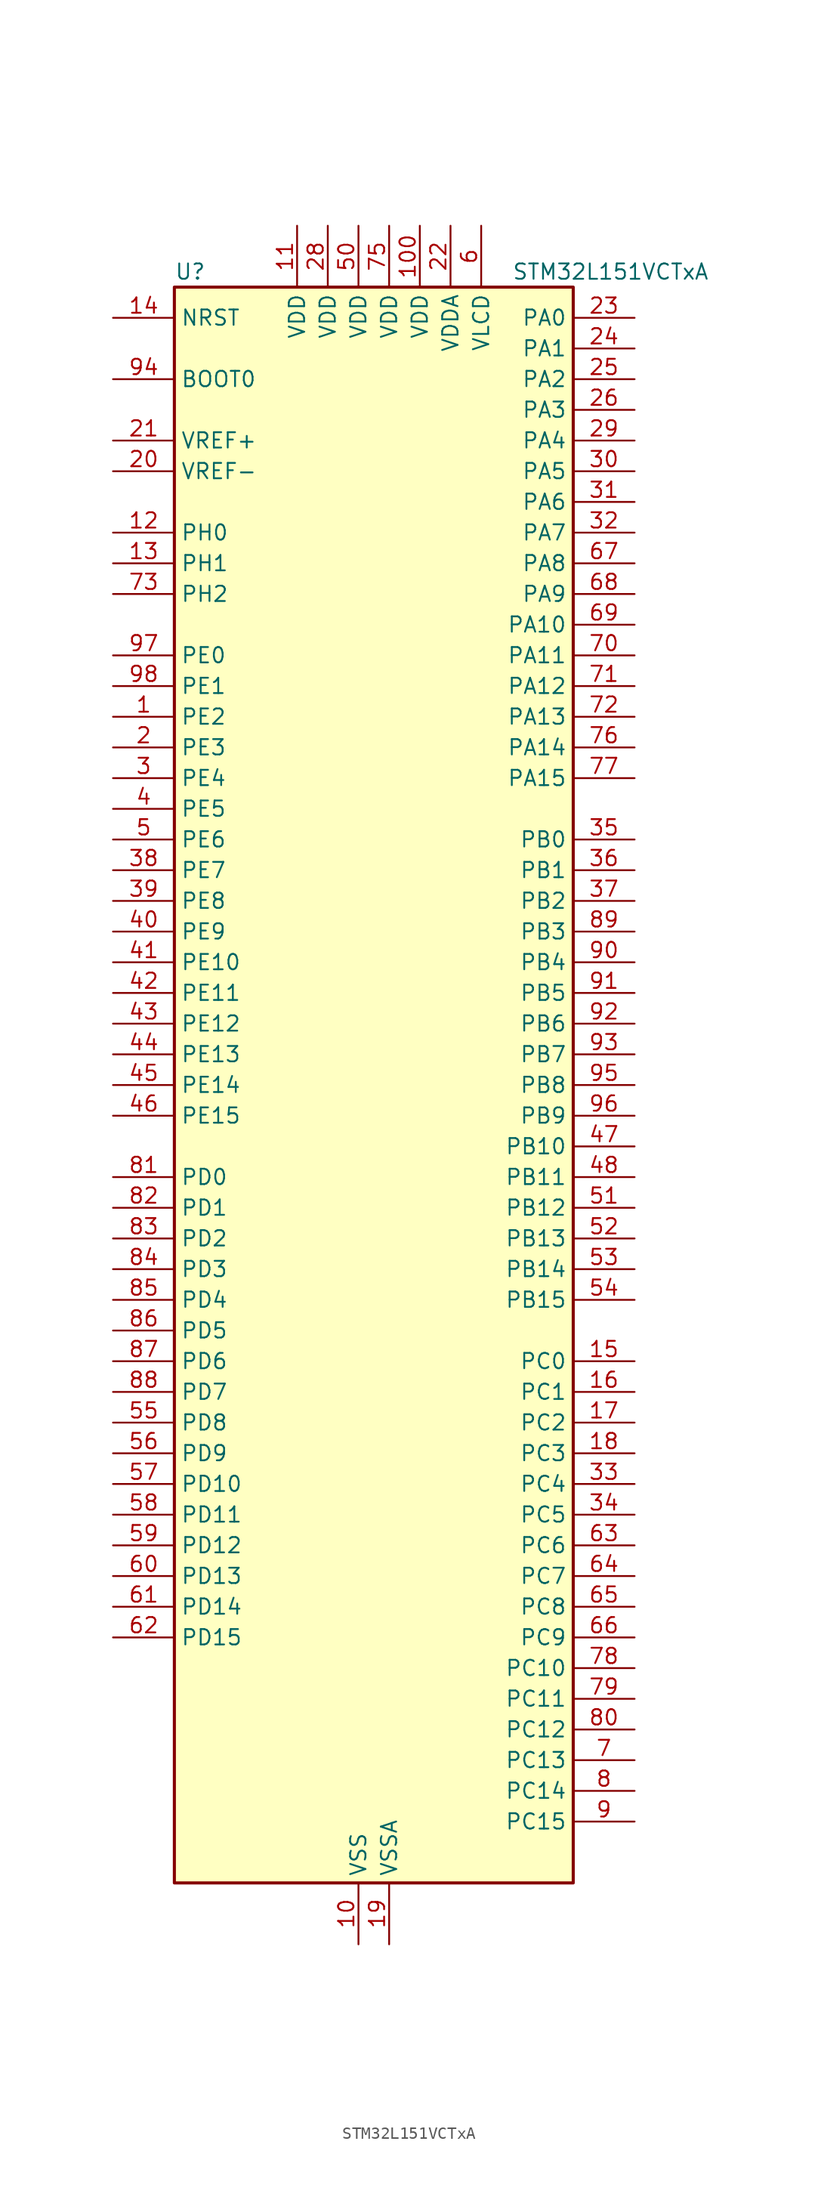
<source format=kicad_sym>
(kicad_symbol_lib
  (version 20231120)
  (generator "kicad-library-utils")
  (generator_version "8.0")
  (symbol "STM32L151VCTxA"
    (property "Reference" "U"
      (at -15.24 67.31 0)
      (effects (font (size 1.27 1.27)) (justify left)))
    (property "Value" "STM32L151VCTxA"
      (at 12.7 67.31 0)
      (effects (font (size 1.27 1.27)) (justify left)))
    (symbol "STM32L151VCTxA_0_1"
      (rectangle (start -15.24 -66.04) (end 17.78 66.04) (stroke (width 0.254) (type default)) (fill (type background))))
    (symbol "STM32L151VCTxA_1_1"
      (pin bidirectional line (at -20.32 30.48 0) (length 5.08) (name "PE2" (effects (font (size 1.27 1.27)))) (number "1" (effects (font (size 1.27 1.27)))) (alternate "SYS_TRACECK" bidirectional line) (alternate "TIM3_ETR" bidirectional line) (alternate "TIMX_IC3" bidirectional line))
      (pin power_in line (at 0 -71.12 90) (length 5.08) (name "VSS" (effects (font (size 1.27 1.27)))) (number "10" (effects (font (size 1.27 1.27)))))
      (pin power_in line (at 5.08 71.12 270) (length 5.08) (name "VDD" (effects (font (size 1.27 1.27)))) (number "100" (effects (font (size 1.27 1.27)))))
      (pin power_in line (at -5.08 71.12 270) (length 5.08) (name "VDD" (effects (font (size 1.27 1.27)))) (number "11" (effects (font (size 1.27 1.27)))))
      (pin bidirectional line (at -20.32 45.72 0) (length 5.08) (name "PH0" (effects (font (size 1.27 1.27)))) (number "12" (effects (font (size 1.27 1.27)))) (alternate "RCC_OSC_IN" bidirectional line))
      (pin bidirectional line (at -20.32 43.18 0) (length 5.08) (name "PH1" (effects (font (size 1.27 1.27)))) (number "13" (effects (font (size 1.27 1.27)))) (alternate "RCC_OSC_OUT" bidirectional line))
      (pin input line (at -20.32 63.5 0) (length 5.08) (name "NRST" (effects (font (size 1.27 1.27)))) (number "14" (effects (font (size 1.27 1.27)))))
      (pin bidirectional line (at 22.86 -22.86 180) (length 5.08) (name "PC0" (effects (font (size 1.27 1.27)))) (number "15" (effects (font (size 1.27 1.27)))) (alternate "ADC_IN10" bidirectional line) (alternate "COMP1_INP" bidirectional line) (alternate "TIMX_IC1" bidirectional line) (alternate "TS_G8_IO1" bidirectional line))
      (pin bidirectional line (at 22.86 -25.4 180) (length 5.08) (name "PC1" (effects (font (size 1.27 1.27)))) (number "16" (effects (font (size 1.27 1.27)))) (alternate "ADC_IN11" bidirectional line) (alternate "COMP1_INP" bidirectional line) (alternate "TIMX_IC2" bidirectional line) (alternate "TS_G8_IO2" bidirectional line))
      (pin bidirectional line (at 22.86 -27.94 180) (length 5.08) (name "PC2" (effects (font (size 1.27 1.27)))) (number "17" (effects (font (size 1.27 1.27)))) (alternate "ADC_IN12" bidirectional line) (alternate "COMP1_INP" bidirectional line) (alternate "TIMX_IC3" bidirectional line) (alternate "TS_G8_IO3" bidirectional line))
      (pin bidirectional line (at 22.86 -30.48 180) (length 5.08) (name "PC3" (effects (font (size 1.27 1.27)))) (number "18" (effects (font (size 1.27 1.27)))) (alternate "ADC_IN13" bidirectional line) (alternate "COMP1_INP" bidirectional line) (alternate "TIMX_IC4" bidirectional line) (alternate "TS_G8_IO4" bidirectional line))
      (pin power_in line (at 2.54 -71.12 90) (length 5.08) (name "VSSA" (effects (font (size 1.27 1.27)))) (number "19" (effects (font (size 1.27 1.27)))))
      (pin bidirectional line (at -20.32 27.94 0) (length 5.08) (name "PE3" (effects (font (size 1.27 1.27)))) (number "2" (effects (font (size 1.27 1.27)))) (alternate "SYS_TRACED0" bidirectional line) (alternate "TIM3_CH1" bidirectional line) (alternate "TIMX_IC4" bidirectional line))
      (pin input line (at -20.32 50.8 0) (length 5.08) (name "VREF-" (effects (font (size 1.27 1.27)))) (number "20" (effects (font (size 1.27 1.27)))))
      (pin input line (at -20.32 53.34 0) (length 5.08) (name "VREF+" (effects (font (size 1.27 1.27)))) (number "21" (effects (font (size 1.27 1.27)))))
      (pin power_in line (at 7.62 71.12 270) (length 5.08) (name "VDDA" (effects (font (size 1.27 1.27)))) (number "22" (effects (font (size 1.27 1.27)))))
      (pin bidirectional line (at 22.86 63.5 180) (length 5.08) (name "PA0" (effects (font (size 1.27 1.27)))) (number "23" (effects (font (size 1.27 1.27)))) (alternate "ADC_IN0" bidirectional line) (alternate "COMP1_INP" bidirectional line) (alternate "RTC_TAMP2" bidirectional line) (alternate "SYS_WKUP1" bidirectional line) (alternate "TIM2_CH1" bidirectional line) (alternate "TIM2_ETR" bidirectional line) (alternate "TIM5_CH1" bidirectional line) (alternate "TIMX_IC1" bidirectional line) (alternate "TS_G1_IO1" bidirectional line) (alternate "USART2_CTS" bidirectional line))
      (pin bidirectional line (at 22.86 60.96 180) (length 5.08) (name "PA1" (effects (font (size 1.27 1.27)))) (number "24" (effects (font (size 1.27 1.27)))) (alternate "ADC_IN1" bidirectional line) (alternate "COMP1_INP" bidirectional line) (alternate "OPAMP1_VINP" bidirectional line) (alternate "TIM2_CH2" bidirectional line) (alternate "TIM5_CH2" bidirectional line) (alternate "TIMX_IC2" bidirectional line) (alternate "TS_G1_IO2" bidirectional line) (alternate "USART2_RTS" bidirectional line))
      (pin bidirectional line (at 22.86 58.42 180) (length 5.08) (name "PA2" (effects (font (size 1.27 1.27)))) (number "25" (effects (font (size 1.27 1.27)))) (alternate "ADC_IN2" bidirectional line) (alternate "COMP1_INP" bidirectional line) (alternate "OPAMP1_VINM" bidirectional line) (alternate "TIM2_CH3" bidirectional line) (alternate "TIM5_CH3" bidirectional line) (alternate "TIM9_CH1" bidirectional line) (alternate "TIMX_IC3" bidirectional line) (alternate "TS_G1_IO3" bidirectional line) (alternate "USART2_TX" bidirectional line))
      (pin bidirectional line (at 22.86 55.88 180) (length 5.08) (name "PA3" (effects (font (size 1.27 1.27)))) (number "26" (effects (font (size 1.27 1.27)))) (alternate "ADC_IN3" bidirectional line) (alternate "COMP1_INP" bidirectional line) (alternate "OPAMP1_VOUT" bidirectional line) (alternate "TIM2_CH4" bidirectional line) (alternate "TIM5_CH4" bidirectional line) (alternate "TIM9_CH2" bidirectional line) (alternate "TIMX_IC4" bidirectional line) (alternate "TS_G1_IO4" bidirectional line) (alternate "USART2_RX" bidirectional line))
      (pin passive line (at 0 -71.12 90) (length 5.08) hide (name "VSS" (effects (font (size 1.27 1.27)))) (number "27" (effects (font (size 1.27 1.27)))))
      (pin power_in line (at -2.54 71.12 270) (length 5.08) (name "VDD" (effects (font (size 1.27 1.27)))) (number "28" (effects (font (size 1.27 1.27)))))
      (pin bidirectional line (at 22.86 53.34 180) (length 5.08) (name "PA4" (effects (font (size 1.27 1.27)))) (number "29" (effects (font (size 1.27 1.27)))) (alternate "ADC_IN4" bidirectional line) (alternate "COMP1_INP" bidirectional line) (alternate "DAC_OUT1" bidirectional line) (alternate "I2S3_WS" bidirectional line) (alternate "SPI1_NSS" bidirectional line) (alternate "SPI3_NSS" bidirectional line) (alternate "TIMX_IC1" bidirectional line) (alternate "USART2_CK" bidirectional line))
      (pin bidirectional line (at -20.32 25.4 0) (length 5.08) (name "PE4" (effects (font (size 1.27 1.27)))) (number "3" (effects (font (size 1.27 1.27)))) (alternate "SYS_TRACED1" bidirectional line) (alternate "TIM3_CH2" bidirectional line) (alternate "TIMX_IC1" bidirectional line))
      (pin bidirectional line (at 22.86 50.8 180) (length 5.08) (name "PA5" (effects (font (size 1.27 1.27)))) (number "30" (effects (font (size 1.27 1.27)))) (alternate "ADC_IN5" bidirectional line) (alternate "COMP1_INP" bidirectional line) (alternate "DAC_OUT2" bidirectional line) (alternate "SPI1_SCK" bidirectional line) (alternate "TIM2_CH1" bidirectional line) (alternate "TIM2_ETR" bidirectional line) (alternate "TIMX_IC2" bidirectional line))
      (pin bidirectional line (at 22.86 48.26 180) (length 5.08) (name "PA6" (effects (font (size 1.27 1.27)))) (number "31" (effects (font (size 1.27 1.27)))) (alternate "ADC_IN6" bidirectional line) (alternate "COMP1_INP" bidirectional line) (alternate "OPAMP2_VINP" bidirectional line) (alternate "SPI1_MISO" bidirectional line) (alternate "TIM10_CH1" bidirectional line) (alternate "TIM3_CH1" bidirectional line) (alternate "TIMX_IC3" bidirectional line) (alternate "TS_G2_IO1" bidirectional line))
      (pin bidirectional line (at 22.86 45.72 180) (length 5.08) (name "PA7" (effects (font (size 1.27 1.27)))) (number "32" (effects (font (size 1.27 1.27)))) (alternate "ADC_IN7" bidirectional line) (alternate "COMP1_INP" bidirectional line) (alternate "OPAMP2_VINM" bidirectional line) (alternate "SPI1_MOSI" bidirectional line) (alternate "TIM11_CH1" bidirectional line) (alternate "TIM3_CH2" bidirectional line) (alternate "TIMX_IC4" bidirectional line) (alternate "TS_G2_IO2" bidirectional line))
      (pin bidirectional line (at 22.86 -33.02 180) (length 5.08) (name "PC4" (effects (font (size 1.27 1.27)))) (number "33" (effects (font (size 1.27 1.27)))) (alternate "ADC_IN14" bidirectional line) (alternate "COMP1_INP" bidirectional line) (alternate "TIMX_IC1" bidirectional line) (alternate "TS_G9_IO1" bidirectional line))
      (pin bidirectional line (at 22.86 -35.56 180) (length 5.08) (name "PC5" (effects (font (size 1.27 1.27)))) (number "34" (effects (font (size 1.27 1.27)))) (alternate "ADC_IN15" bidirectional line) (alternate "COMP1_INP" bidirectional line) (alternate "TIMX_IC2" bidirectional line) (alternate "TS_G9_IO2" bidirectional line))
      (pin bidirectional line (at 22.86 20.32 180) (length 5.08) (name "PB0" (effects (font (size 1.27 1.27)))) (number "35" (effects (font (size 1.27 1.27)))) (alternate "ADC_IN8" bidirectional line) (alternate "COMP1_INP" bidirectional line) (alternate "OPAMP2_VOUT" bidirectional line) (alternate "SYS_V_REF_OUT" bidirectional line) (alternate "TIM3_CH3" bidirectional line) (alternate "TS_G3_IO1" bidirectional line))
      (pin bidirectional line (at 22.86 17.78 180) (length 5.08) (name "PB1" (effects (font (size 1.27 1.27)))) (number "36" (effects (font (size 1.27 1.27)))) (alternate "ADC_IN9" bidirectional line) (alternate "COMP1_INP" bidirectional line) (alternate "SYS_V_REF_OUT" bidirectional line) (alternate "TIM3_CH4" bidirectional line) (alternate "TS_G3_IO2" bidirectional line))
      (pin bidirectional line (at 22.86 15.24 180) (length 5.08) (name "PB2" (effects (font (size 1.27 1.27)))) (number "37" (effects (font (size 1.27 1.27)))) (alternate "TS_G3_IO3" bidirectional line))
      (pin bidirectional line (at -20.32 17.78 0) (length 5.08) (name "PE7" (effects (font (size 1.27 1.27)))) (number "38" (effects (font (size 1.27 1.27)))) (alternate "ADC_IN22" bidirectional line) (alternate "COMP1_INP" bidirectional line) (alternate "TIMX_IC4" bidirectional line))
      (pin bidirectional line (at -20.32 15.24 0) (length 5.08) (name "PE8" (effects (font (size 1.27 1.27)))) (number "39" (effects (font (size 1.27 1.27)))) (alternate "ADC_IN23" bidirectional line) (alternate "COMP1_INP" bidirectional line) (alternate "TIMX_IC1" bidirectional line))
      (pin bidirectional line (at -20.32 22.86 0) (length 5.08) (name "PE5" (effects (font (size 1.27 1.27)))) (number "4" (effects (font (size 1.27 1.27)))) (alternate "SYS_TRACED2" bidirectional line) (alternate "TIM9_CH1" bidirectional line) (alternate "TIMX_IC2" bidirectional line))
      (pin bidirectional line (at -20.32 12.7 0) (length 5.08) (name "PE9" (effects (font (size 1.27 1.27)))) (number "40" (effects (font (size 1.27 1.27)))) (alternate "ADC_IN24" bidirectional line) (alternate "COMP1_INP" bidirectional line) (alternate "DAC_EXTI9" bidirectional line) (alternate "TIM2_CH1" bidirectional line) (alternate "TIM2_ETR" bidirectional line) (alternate "TIMX_IC2" bidirectional line))
      (pin bidirectional line (at -20.32 10.16 0) (length 5.08) (name "PE10" (effects (font (size 1.27 1.27)))) (number "41" (effects (font (size 1.27 1.27)))) (alternate "ADC_IN25" bidirectional line) (alternate "COMP1_INP" bidirectional line) (alternate "TIM2_CH2" bidirectional line) (alternate "TIMX_IC3" bidirectional line))
      (pin bidirectional line (at -20.32 7.62 0) (length 5.08) (name "PE11" (effects (font (size 1.27 1.27)))) (number "42" (effects (font (size 1.27 1.27)))) (alternate "ADC_EXTI11" bidirectional line) (alternate "TIM2_CH3" bidirectional line) (alternate "TIMX_IC4" bidirectional line))
      (pin bidirectional line (at -20.32 5.08 0) (length 5.08) (name "PE12" (effects (font (size 1.27 1.27)))) (number "43" (effects (font (size 1.27 1.27)))) (alternate "SPI1_NSS" bidirectional line) (alternate "TIM2_CH4" bidirectional line) (alternate "TIMX_IC1" bidirectional line))
      (pin bidirectional line (at -20.32 2.54 0) (length 5.08) (name "PE13" (effects (font (size 1.27 1.27)))) (number "44" (effects (font (size 1.27 1.27)))) (alternate "SPI1_SCK" bidirectional line) (alternate "TIMX_IC2" bidirectional line))
      (pin bidirectional line (at -20.32 0 0) (length 5.08) (name "PE14" (effects (font (size 1.27 1.27)))) (number "45" (effects (font (size 1.27 1.27)))) (alternate "SPI1_MISO" bidirectional line) (alternate "TIMX_IC3" bidirectional line))
      (pin bidirectional line (at -20.32 -2.54 0) (length 5.08) (name "PE15" (effects (font (size 1.27 1.27)))) (number "46" (effects (font (size 1.27 1.27)))) (alternate "ADC_EXTI15" bidirectional line) (alternate "SPI1_MOSI" bidirectional line) (alternate "TIMX_IC4" bidirectional line))
      (pin bidirectional line (at 22.86 -5.08 180) (length 5.08) (name "PB10" (effects (font (size 1.27 1.27)))) (number "47" (effects (font (size 1.27 1.27)))) (alternate "I2C2_SCL" bidirectional line) (alternate "TIM2_CH3" bidirectional line) (alternate "USART3_TX" bidirectional line))
      (pin bidirectional line (at 22.86 -7.62 180) (length 5.08) (name "PB11" (effects (font (size 1.27 1.27)))) (number "48" (effects (font (size 1.27 1.27)))) (alternate "ADC_EXTI11" bidirectional line) (alternate "I2C2_SDA" bidirectional line) (alternate "TIM2_CH4" bidirectional line) (alternate "USART3_RX" bidirectional line))
      (pin passive line (at 0 -71.12 90) (length 5.08) hide (name "VSS" (effects (font (size 1.27 1.27)))) (number "49" (effects (font (size 1.27 1.27)))))
      (pin bidirectional line (at -20.32 20.32 0) (length 5.08) (name "PE6" (effects (font (size 1.27 1.27)))) (number "5" (effects (font (size 1.27 1.27)))) (alternate "RTC_TAMP3" bidirectional line) (alternate "SYS_TRACED3" bidirectional line) (alternate "SYS_WKUP3" bidirectional line) (alternate "TIM9_CH2" bidirectional line) (alternate "TIMX_IC3" bidirectional line))
      (pin power_in line (at 0 71.12 270) (length 5.08) (name "VDD" (effects (font (size 1.27 1.27)))) (number "50" (effects (font (size 1.27 1.27)))))
      (pin bidirectional line (at 22.86 -10.16 180) (length 5.08) (name "PB12" (effects (font (size 1.27 1.27)))) (number "51" (effects (font (size 1.27 1.27)))) (alternate "ADC_IN18" bidirectional line) (alternate "COMP1_INP" bidirectional line) (alternate "I2C2_SMBA" bidirectional line) (alternate "I2S2_WS" bidirectional line) (alternate "SPI2_NSS" bidirectional line) (alternate "TIM10_CH1" bidirectional line) (alternate "TS_G7_IO1" bidirectional line) (alternate "USART3_CK" bidirectional line))
      (pin bidirectional line (at 22.86 -12.7 180) (length 5.08) (name "PB13" (effects (font (size 1.27 1.27)))) (number "52" (effects (font (size 1.27 1.27)))) (alternate "ADC_IN19" bidirectional line) (alternate "COMP1_INP" bidirectional line) (alternate "I2S2_CK" bidirectional line) (alternate "SPI2_SCK" bidirectional line) (alternate "TIM9_CH1" bidirectional line) (alternate "TS_G7_IO2" bidirectional line) (alternate "USART3_CTS" bidirectional line))
      (pin bidirectional line (at 22.86 -15.24 180) (length 5.08) (name "PB14" (effects (font (size 1.27 1.27)))) (number "53" (effects (font (size 1.27 1.27)))) (alternate "ADC_IN20" bidirectional line) (alternate "COMP1_INP" bidirectional line) (alternate "SPI2_MISO" bidirectional line) (alternate "TIM9_CH2" bidirectional line) (alternate "TS_G7_IO3" bidirectional line) (alternate "USART3_RTS" bidirectional line))
      (pin bidirectional line (at 22.86 -17.78 180) (length 5.08) (name "PB15" (effects (font (size 1.27 1.27)))) (number "54" (effects (font (size 1.27 1.27)))) (alternate "ADC_EXTI15" bidirectional line) (alternate "ADC_IN21" bidirectional line) (alternate "COMP1_INP" bidirectional line) (alternate "I2S2_SD" bidirectional line) (alternate "RTC_REFIN" bidirectional line) (alternate "SPI2_MOSI" bidirectional line) (alternate "TIM11_CH1" bidirectional line) (alternate "TS_G7_IO4" bidirectional line))
      (pin bidirectional line (at -20.32 -27.94 0) (length 5.08) (name "PD8" (effects (font (size 1.27 1.27)))) (number "55" (effects (font (size 1.27 1.27)))) (alternate "TIMX_IC1" bidirectional line) (alternate "USART3_TX" bidirectional line))
      (pin bidirectional line (at -20.32 -30.48 0) (length 5.08) (name "PD9" (effects (font (size 1.27 1.27)))) (number "56" (effects (font (size 1.27 1.27)))) (alternate "DAC_EXTI9" bidirectional line) (alternate "TIMX_IC2" bidirectional line) (alternate "USART3_RX" bidirectional line))
      (pin bidirectional line (at -20.32 -33.02 0) (length 5.08) (name "PD10" (effects (font (size 1.27 1.27)))) (number "57" (effects (font (size 1.27 1.27)))) (alternate "TIMX_IC3" bidirectional line) (alternate "USART3_CK" bidirectional line))
      (pin bidirectional line (at -20.32 -35.56 0) (length 5.08) (name "PD11" (effects (font (size 1.27 1.27)))) (number "58" (effects (font (size 1.27 1.27)))) (alternate "ADC_EXTI11" bidirectional line) (alternate "TIMX_IC4" bidirectional line) (alternate "USART3_CTS" bidirectional line))
      (pin bidirectional line (at -20.32 -38.1 0) (length 5.08) (name "PD12" (effects (font (size 1.27 1.27)))) (number "59" (effects (font (size 1.27 1.27)))) (alternate "TIM4_CH1" bidirectional line) (alternate "TIMX_IC1" bidirectional line) (alternate "USART3_RTS" bidirectional line))
      (pin power_in line (at 10.16 71.12 270) (length 5.08) (name "VLCD" (effects (font (size 1.27 1.27)))) (number "6" (effects (font (size 1.27 1.27)))))
      (pin bidirectional line (at -20.32 -40.64 0) (length 5.08) (name "PD13" (effects (font (size 1.27 1.27)))) (number "60" (effects (font (size 1.27 1.27)))) (alternate "TIM4_CH2" bidirectional line) (alternate "TIMX_IC2" bidirectional line))
      (pin bidirectional line (at -20.32 -43.18 0) (length 5.08) (name "PD14" (effects (font (size 1.27 1.27)))) (number "61" (effects (font (size 1.27 1.27)))) (alternate "TIM4_CH3" bidirectional line) (alternate "TIMX_IC3" bidirectional line))
      (pin bidirectional line (at -20.32 -45.72 0) (length 5.08) (name "PD15" (effects (font (size 1.27 1.27)))) (number "62" (effects (font (size 1.27 1.27)))) (alternate "ADC_EXTI15" bidirectional line) (alternate "TIM4_CH4" bidirectional line) (alternate "TIMX_IC4" bidirectional line))
      (pin bidirectional line (at 22.86 -38.1 180) (length 5.08) (name "PC6" (effects (font (size 1.27 1.27)))) (number "63" (effects (font (size 1.27 1.27)))) (alternate "I2S2_MCK" bidirectional line) (alternate "TIM3_CH1" bidirectional line) (alternate "TIMX_IC3" bidirectional line) (alternate "TS_G10_IO1" bidirectional line))
      (pin bidirectional line (at 22.86 -40.64 180) (length 5.08) (name "PC7" (effects (font (size 1.27 1.27)))) (number "64" (effects (font (size 1.27 1.27)))) (alternate "I2S3_MCK" bidirectional line) (alternate "TIM3_CH2" bidirectional line) (alternate "TIMX_IC4" bidirectional line) (alternate "TS_G10_IO2" bidirectional line))
      (pin bidirectional line (at 22.86 -43.18 180) (length 5.08) (name "PC8" (effects (font (size 1.27 1.27)))) (number "65" (effects (font (size 1.27 1.27)))) (alternate "TIM3_CH3" bidirectional line) (alternate "TIMX_IC1" bidirectional line) (alternate "TS_G10_IO3" bidirectional line))
      (pin bidirectional line (at 22.86 -45.72 180) (length 5.08) (name "PC9" (effects (font (size 1.27 1.27)))) (number "66" (effects (font (size 1.27 1.27)))) (alternate "DAC_EXTI9" bidirectional line) (alternate "TIM3_CH4" bidirectional line) (alternate "TIMX_IC2" bidirectional line) (alternate "TS_G10_IO4" bidirectional line))
      (pin bidirectional line (at 22.86 43.18 180) (length 5.08) (name "PA8" (effects (font (size 1.27 1.27)))) (number "67" (effects (font (size 1.27 1.27)))) (alternate "RCC_MCO" bidirectional line) (alternate "TIMX_IC1" bidirectional line) (alternate "TS_G4_IO1" bidirectional line) (alternate "USART1_CK" bidirectional line))
      (pin bidirectional line (at 22.86 40.64 180) (length 5.08) (name "PA9" (effects (font (size 1.27 1.27)))) (number "68" (effects (font (size 1.27 1.27)))) (alternate "DAC_EXTI9" bidirectional line) (alternate "TIMX_IC2" bidirectional line) (alternate "TS_G4_IO2" bidirectional line) (alternate "USART1_TX" bidirectional line))
      (pin bidirectional line (at 22.86 38.1 180) (length 5.08) (name "PA10" (effects (font (size 1.27 1.27)))) (number "69" (effects (font (size 1.27 1.27)))) (alternate "TIMX_IC3" bidirectional line) (alternate "TS_G4_IO3" bidirectional line) (alternate "USART1_RX" bidirectional line))
      (pin bidirectional line (at 22.86 -55.88 180) (length 5.08) (name "PC13" (effects (font (size 1.27 1.27)))) (number "7" (effects (font (size 1.27 1.27)))) (alternate "RTC_OUT_ALARM" bidirectional line) (alternate "RTC_OUT_CALIB" bidirectional line) (alternate "RTC_TAMP1" bidirectional line) (alternate "RTC_TS" bidirectional line) (alternate "SYS_WKUP2" bidirectional line) (alternate "TIMX_IC2" bidirectional line))
      (pin bidirectional line (at 22.86 35.56 180) (length 5.08) (name "PA11" (effects (font (size 1.27 1.27)))) (number "70" (effects (font (size 1.27 1.27)))) (alternate "ADC_EXTI11" bidirectional line) (alternate "SPI1_MISO" bidirectional line) (alternate "TIMX_IC4" bidirectional line) (alternate "USART1_CTS" bidirectional line) (alternate "USB_DM" bidirectional line))
      (pin bidirectional line (at 22.86 33.02 180) (length 5.08) (name "PA12" (effects (font (size 1.27 1.27)))) (number "71" (effects (font (size 1.27 1.27)))) (alternate "SPI1_MOSI" bidirectional line) (alternate "TIMX_IC1" bidirectional line) (alternate "USART1_RTS" bidirectional line) (alternate "USB_DP" bidirectional line))
      (pin bidirectional line (at 22.86 30.48 180) (length 5.08) (name "PA13" (effects (font (size 1.27 1.27)))) (number "72" (effects (font (size 1.27 1.27)))) (alternate "SYS_JTMS-SWDIO" bidirectional line) (alternate "TIMX_IC2" bidirectional line) (alternate "TS_G5_IO1" bidirectional line))
      (pin bidirectional line (at -20.32 40.64 0) (length 5.08) (name "PH2" (effects (font (size 1.27 1.27)))) (number "73" (effects (font (size 1.27 1.27)))))
      (pin passive line (at 0 -71.12 90) (length 5.08) hide (name "VSS" (effects (font (size 1.27 1.27)))) (number "74" (effects (font (size 1.27 1.27)))))
      (pin power_in line (at 2.54 71.12 270) (length 5.08) (name "VDD" (effects (font (size 1.27 1.27)))) (number "75" (effects (font (size 1.27 1.27)))))
      (pin bidirectional line (at 22.86 27.94 180) (length 5.08) (name "PA14" (effects (font (size 1.27 1.27)))) (number "76" (effects (font (size 1.27 1.27)))) (alternate "SYS_JTCK-SWCLK" bidirectional line) (alternate "TIMX_IC3" bidirectional line) (alternate "TS_G5_IO2" bidirectional line))
      (pin bidirectional line (at 22.86 25.4 180) (length 5.08) (name "PA15" (effects (font (size 1.27 1.27)))) (number "77" (effects (font (size 1.27 1.27)))) (alternate "ADC_EXTI15" bidirectional line) (alternate "I2S3_WS" bidirectional line) (alternate "SPI1_NSS" bidirectional line) (alternate "SPI3_NSS" bidirectional line) (alternate "SYS_JTDI" bidirectional line) (alternate "TIM2_CH1" bidirectional line) (alternate "TIM2_ETR" bidirectional line) (alternate "TIMX_IC4" bidirectional line) (alternate "TS_G5_IO3" bidirectional line))
      (pin bidirectional line (at 22.86 -48.26 180) (length 5.08) (name "PC10" (effects (font (size 1.27 1.27)))) (number "78" (effects (font (size 1.27 1.27)))) (alternate "I2S3_CK" bidirectional line) (alternate "SPI3_SCK" bidirectional line) (alternate "TIMX_IC3" bidirectional line) (alternate "USART3_TX" bidirectional line))
      (pin bidirectional line (at 22.86 -50.8 180) (length 5.08) (name "PC11" (effects (font (size 1.27 1.27)))) (number "79" (effects (font (size 1.27 1.27)))) (alternate "ADC_EXTI11" bidirectional line) (alternate "SPI3_MISO" bidirectional line) (alternate "TIMX_IC4" bidirectional line) (alternate "USART3_RX" bidirectional line))
      (pin bidirectional line (at 22.86 -58.42 180) (length 5.08) (name "PC14" (effects (font (size 1.27 1.27)))) (number "8" (effects (font (size 1.27 1.27)))) (alternate "RCC_OSC32_IN" bidirectional line) (alternate "TIMX_IC3" bidirectional line))
      (pin bidirectional line (at 22.86 -53.34 180) (length 5.08) (name "PC12" (effects (font (size 1.27 1.27)))) (number "80" (effects (font (size 1.27 1.27)))) (alternate "I2S3_SD" bidirectional line) (alternate "SPI3_MOSI" bidirectional line) (alternate "TIMX_IC1" bidirectional line) (alternate "USART3_CK" bidirectional line))
      (pin bidirectional line (at -20.32 -7.62 0) (length 5.08) (name "PD0" (effects (font (size 1.27 1.27)))) (number "81" (effects (font (size 1.27 1.27)))) (alternate "I2S2_WS" bidirectional line) (alternate "SPI2_NSS" bidirectional line) (alternate "TIM9_CH1" bidirectional line) (alternate "TIMX_IC1" bidirectional line))
      (pin bidirectional line (at -20.32 -10.16 0) (length 5.08) (name "PD1" (effects (font (size 1.27 1.27)))) (number "82" (effects (font (size 1.27 1.27)))) (alternate "I2S2_CK" bidirectional line) (alternate "SPI2_SCK" bidirectional line) (alternate "TIMX_IC2" bidirectional line))
      (pin bidirectional line (at -20.32 -12.7 0) (length 5.08) (name "PD2" (effects (font (size 1.27 1.27)))) (number "83" (effects (font (size 1.27 1.27)))) (alternate "TIM3_ETR" bidirectional line) (alternate "TIMX_IC3" bidirectional line))
      (pin bidirectional line (at -20.32 -15.24 0) (length 5.08) (name "PD3" (effects (font (size 1.27 1.27)))) (number "84" (effects (font (size 1.27 1.27)))) (alternate "SPI2_MISO" bidirectional line) (alternate "TIMX_IC4" bidirectional line) (alternate "USART2_CTS" bidirectional line))
      (pin bidirectional line (at -20.32 -17.78 0) (length 5.08) (name "PD4" (effects (font (size 1.27 1.27)))) (number "85" (effects (font (size 1.27 1.27)))) (alternate "I2S2_SD" bidirectional line) (alternate "SPI2_MOSI" bidirectional line) (alternate "TIMX_IC1" bidirectional line) (alternate "USART2_RTS" bidirectional line))
      (pin bidirectional line (at -20.32 -20.32 0) (length 5.08) (name "PD5" (effects (font (size 1.27 1.27)))) (number "86" (effects (font (size 1.27 1.27)))) (alternate "TIMX_IC2" bidirectional line) (alternate "USART2_TX" bidirectional line))
      (pin bidirectional line (at -20.32 -22.86 0) (length 5.08) (name "PD6" (effects (font (size 1.27 1.27)))) (number "87" (effects (font (size 1.27 1.27)))) (alternate "TIMX_IC3" bidirectional line) (alternate "USART2_RX" bidirectional line))
      (pin bidirectional line (at -20.32 -25.4 0) (length 5.08) (name "PD7" (effects (font (size 1.27 1.27)))) (number "88" (effects (font (size 1.27 1.27)))) (alternate "TIM9_CH2" bidirectional line) (alternate "TIMX_IC4" bidirectional line) (alternate "USART2_CK" bidirectional line))
      (pin bidirectional line (at 22.86 12.7 180) (length 5.08) (name "PB3" (effects (font (size 1.27 1.27)))) (number "89" (effects (font (size 1.27 1.27)))) (alternate "COMP2_INM" bidirectional line) (alternate "I2S3_CK" bidirectional line) (alternate "SPI1_SCK" bidirectional line) (alternate "SPI3_SCK" bidirectional line) (alternate "SYS_JTDO-TRACESWO" bidirectional line) (alternate "TIM2_CH2" bidirectional line))
      (pin bidirectional line (at 22.86 -60.96 180) (length 5.08) (name "PC15" (effects (font (size 1.27 1.27)))) (number "9" (effects (font (size 1.27 1.27)))) (alternate "ADC_EXTI15" bidirectional line) (alternate "RCC_OSC32_OUT" bidirectional line) (alternate "TIMX_IC4" bidirectional line))
      (pin bidirectional line (at 22.86 10.16 180) (length 5.08) (name "PB4" (effects (font (size 1.27 1.27)))) (number "90" (effects (font (size 1.27 1.27)))) (alternate "COMP2_INP" bidirectional line) (alternate "SPI1_MISO" bidirectional line) (alternate "SPI3_MISO" bidirectional line) (alternate "SYS_JTRST" bidirectional line) (alternate "TIM3_CH1" bidirectional line) (alternate "TS_G6_IO1" bidirectional line))
      (pin bidirectional line (at 22.86 7.62 180) (length 5.08) (name "PB5" (effects (font (size 1.27 1.27)))) (number "91" (effects (font (size 1.27 1.27)))) (alternate "COMP2_INP" bidirectional line) (alternate "I2C1_SMBA" bidirectional line) (alternate "I2S3_SD" bidirectional line) (alternate "SPI1_MOSI" bidirectional line) (alternate "SPI3_MOSI" bidirectional line) (alternate "TIM3_CH2" bidirectional line) (alternate "TS_G6_IO2" bidirectional line))
      (pin bidirectional line (at 22.86 5.08 180) (length 5.08) (name "PB6" (effects (font (size 1.27 1.27)))) (number "92" (effects (font (size 1.27 1.27)))) (alternate "COMP2_INP" bidirectional line) (alternate "I2C1_SCL" bidirectional line) (alternate "TIM4_CH1" bidirectional line) (alternate "TS_G6_IO3" bidirectional line) (alternate "USART1_TX" bidirectional line))
      (pin bidirectional line (at 22.86 2.54 180) (length 5.08) (name "PB7" (effects (font (size 1.27 1.27)))) (number "93" (effects (font (size 1.27 1.27)))) (alternate "COMP2_INP" bidirectional line) (alternate "I2C1_SDA" bidirectional line) (alternate "SYS_PVD_IN" bidirectional line) (alternate "TIM4_CH2" bidirectional line) (alternate "TS_G6_IO4" bidirectional line) (alternate "USART1_RX" bidirectional line))
      (pin input line (at -20.32 58.42 0) (length 5.08) (name "BOOT0" (effects (font (size 1.27 1.27)))) (number "94" (effects (font (size 1.27 1.27)))))
      (pin bidirectional line (at 22.86 0 180) (length 5.08) (name "PB8" (effects (font (size 1.27 1.27)))) (number "95" (effects (font (size 1.27 1.27)))) (alternate "I2C1_SCL" bidirectional line) (alternate "TIM10_CH1" bidirectional line) (alternate "TIM4_CH3" bidirectional line))
      (pin bidirectional line (at 22.86 -2.54 180) (length 5.08) (name "PB9" (effects (font (size 1.27 1.27)))) (number "96" (effects (font (size 1.27 1.27)))) (alternate "DAC_EXTI9" bidirectional line) (alternate "I2C1_SDA" bidirectional line) (alternate "TIM11_CH1" bidirectional line) (alternate "TIM4_CH4" bidirectional line))
      (pin bidirectional line (at -20.32 35.56 0) (length 5.08) (name "PE0" (effects (font (size 1.27 1.27)))) (number "97" (effects (font (size 1.27 1.27)))) (alternate "TIM10_CH1" bidirectional line) (alternate "TIM4_ETR" bidirectional line) (alternate "TIMX_IC1" bidirectional line))
      (pin bidirectional line (at -20.32 33.02 0) (length 5.08) (name "PE1" (effects (font (size 1.27 1.27)))) (number "98" (effects (font (size 1.27 1.27)))) (alternate "TIM11_CH1" bidirectional line) (alternate "TIMX_IC2" bidirectional line))
      (pin passive line (at 0 -71.12 90) (length 5.08) hide (name "VSS" (effects (font (size 1.27 1.27)))) (number "99" (effects (font (size 1.27 1.27))))))))
</source>
